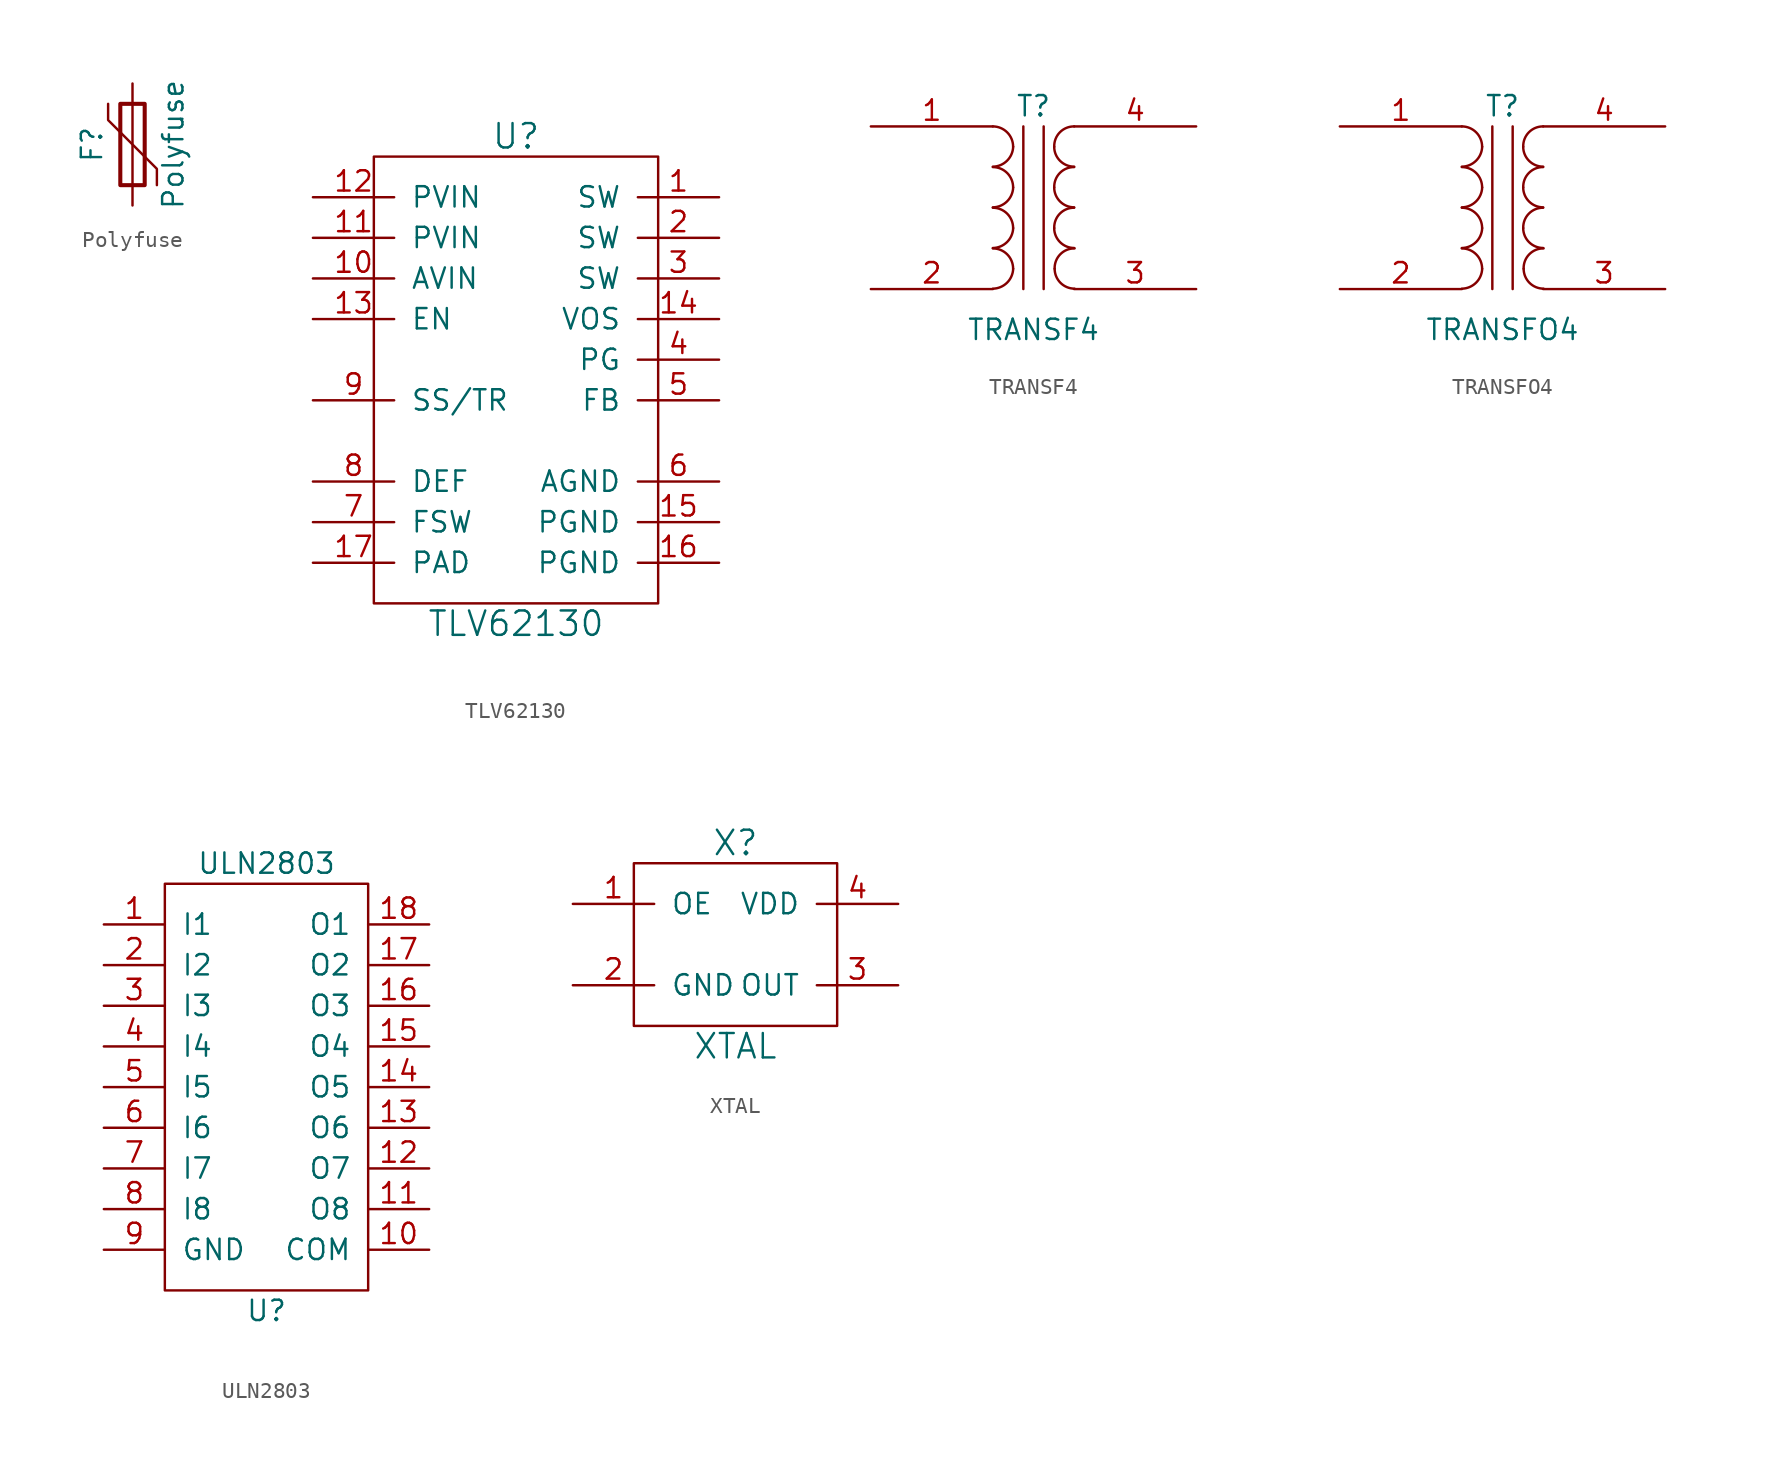
<source format=kicad_sym>
(kicad_symbol_lib
  (version 20220914)
  (generator kicad_symbol_editor)
  (symbol "Polyfuse"
    (pin_numbers hide)
    (pin_names
      (offset 0))
    (property "Reference" "F"
      (at -2.54 0 90)
      (effects (font (size 1.27 1.27))))
    (property "Value" "Polyfuse"
      (at 2.54 0 90)
      (effects (font (size 1.27 1.27))))
    (symbol "Polyfuse_0_1"
      (rectangle (start -0.762 2.54) (end 0.762 -2.54) (stroke (width 0.254) (type solid)) (fill (type none)))
      (polyline (pts (xy 0 2.54) (xy 0 -2.54)) (stroke (width 0) (type solid)) (fill (type none)))
      (polyline (pts (xy -1.524 2.54) (xy -1.524 1.524) (xy 1.524 -1.524) (xy 1.524 -2.54)) (stroke (width 0) (type solid)) (fill (type none))))
    (symbol "Polyfuse_1_1"
      (pin passive line (at 0 3.81 270) (length 1.27) (name "~" (effects (font (size 1.27 1.27)))) (number "1" (effects (font (size 1.27 1.27)))))
      (pin passive line (at 0 -3.81 90) (length 1.27) (name "~" (effects (font (size 1.27 1.27)))) (number "2" (effects (font (size 1.27 1.27)))))))
  (symbol "TLV62130"
    (pin_names
      (offset 1.016))
    (property "Reference" "U"
      (at 12.7 26.67 0)
      (effects (font (size 1.524 1.524))))
    (property "Value" "TLV62130"
      (at 12.7 -3.81 0)
      (effects (font (size 1.524 1.524))))
    (property "Footprint" ""
      (at 0 0 0)
      (effects (font (size 1.524 1.524))))
    (property "Datasheet" ""
      (at 0 0 0)
      (effects (font (size 1.524 1.524))))
    (symbol "TLV62130_0_1"
      (rectangle (start 3.81 25.4) (end 21.59 -2.54) (stroke (width 0) (type solid)) (fill (type none))))
    (symbol "TLV62130_1_1"
      (pin power_out line (at 25.4 22.86 180) (length 5.08) (name "SW" (effects (font (size 1.27 1.27)))) (number "1" (effects (font (size 1.27 1.27)))))
      (pin power_in line (at 0 17.78 0) (length 5.08) (name "AVIN" (effects (font (size 1.27 1.27)))) (number "10" (effects (font (size 1.27 1.27)))))
      (pin power_in line (at 0 20.32 0) (length 5.08) (name "PVIN" (effects (font (size 1.27 1.27)))) (number "11" (effects (font (size 1.27 1.27)))))
      (pin power_in line (at 0 22.86 0) (length 5.08) (name "PVIN" (effects (font (size 1.27 1.27)))) (number "12" (effects (font (size 1.27 1.27)))))
      (pin input line (at 0 15.24 0) (length 5.08) (name "EN" (effects (font (size 1.27 1.27)))) (number "13" (effects (font (size 1.27 1.27)))))
      (pin input line (at 25.4 15.24 180) (length 5.08) (name "VOS" (effects (font (size 1.27 1.27)))) (number "14" (effects (font (size 1.27 1.27)))))
      (pin power_out line (at 25.4 2.54 180) (length 5.08) (name "PGND" (effects (font (size 1.27 1.27)))) (number "15" (effects (font (size 1.27 1.27)))))
      (pin power_out line (at 25.4 0 180) (length 5.08) (name "PGND" (effects (font (size 1.27 1.27)))) (number "16" (effects (font (size 1.27 1.27)))))
      (pin power_in line (at 0 0 0) (length 5.08) (name "PAD" (effects (font (size 1.27 1.27)))) (number "17" (effects (font (size 1.27 1.27)))))
      (pin power_out line (at 25.4 20.32 180) (length 5.08) (name "SW" (effects (font (size 1.27 1.27)))) (number "2" (effects (font (size 1.27 1.27)))))
      (pin power_out line (at 25.4 17.78 180) (length 5.08) (name "SW" (effects (font (size 1.27 1.27)))) (number "3" (effects (font (size 1.27 1.27)))))
      (pin output line (at 25.4 12.7 180) (length 5.08) (name "PG" (effects (font (size 1.27 1.27)))) (number "4" (effects (font (size 1.27 1.27)))))
      (pin input line (at 25.4 10.16 180) (length 5.08) (name "FB" (effects (font (size 1.27 1.27)))) (number "5" (effects (font (size 1.27 1.27)))))
      (pin power_in line (at 25.4 5.08 180) (length 5.08) (name "AGND" (effects (font (size 1.27 1.27)))) (number "6" (effects (font (size 1.27 1.27)))))
      (pin power_in line (at 0 2.54 0) (length 5.08) (name "FSW" (effects (font (size 1.27 1.27)))) (number "7" (effects (font (size 1.27 1.27)))))
      (pin input line (at 0 5.08 0) (length 5.08) (name "DEF" (effects (font (size 1.27 1.27)))) (number "8" (effects (font (size 1.27 1.27)))))
      (pin input line (at 0 10.16 0) (length 5.08) (name "SS/TR" (effects (font (size 1.27 1.27)))) (number "9" (effects (font (size 1.27 1.27)))))))
  (symbol "TRANSF4"
    (pin_names
      (offset 1.016) hide)
    (property "Reference" "T"
      (at 0 6.35 0)
      (effects (font (size 1.27 1.27))))
    (property "Value" "TRANSF4"
      (at 0 -7.62 0)
      (effects (font (size 1.27 1.27))))
    (property "Footprint" ""
      (at 0 0 0)
      (effects (font (size 1.27 1.27))))
    (property "Datasheet" ""
      (at 0 0 0)
      (effects (font (size 1.27 1.27))))
    (symbol "TRANSF4_0_1"
      (arc (start -2.54 -5.0546) (mid -1.6599 -4.6901) (end -1.27 -3.81) (stroke (width 0) (type solid)) (fill (type none)))
      (arc (start -2.54 -2.5146) (mid -1.6599 -2.1501) (end -1.27 -1.27) (stroke (width 0) (type solid)) (fill (type none)))
      (arc (start -2.54 0.0254) (mid -1.6599 0.3899) (end -1.27 1.27) (stroke (width 0) (type solid)) (fill (type none)))
      (arc (start -2.54 2.5654) (mid -1.6599 2.9299) (end -1.27 3.81) (stroke (width 0) (type solid)) (fill (type none)))
      (arc (start -1.27 -3.81) (mid -1.642 -2.912) (end -2.54 -2.54) (stroke (width 0) (type solid)) (fill (type none)))
      (arc (start -1.27 -1.27) (mid -1.642 -0.372) (end -2.54 0) (stroke (width 0) (type solid)) (fill (type none)))
      (arc (start -1.27 1.27) (mid -1.642 2.168) (end -2.54 2.54) (stroke (width 0) (type solid)) (fill (type none)))
      (arc (start -1.27 3.81) (mid -1.642 4.708) (end -2.54 5.08) (stroke (width 0) (type solid)) (fill (type none)))
      (polyline (pts (xy -0.635 5.08) (xy -0.635 -5.08)) (stroke (width 0) (type solid)) (fill (type none)))
      (polyline (pts (xy 0.635 -5.08) (xy 0.635 5.08)) (stroke (width 0) (type solid)) (fill (type none)))
      (arc (start 1.2954 -1.27) (mid 1.6599 -2.1501) (end 2.54 -2.5146) (stroke (width 0) (type solid)) (fill (type none)))
      (arc (start 1.2954 1.27) (mid 1.6599 0.3899) (end 2.54 0.0254) (stroke (width 0) (type solid)) (fill (type none)))
      (arc (start 1.2954 3.81) (mid 1.6599 2.9299) (end 2.54 2.5654) (stroke (width 0) (type solid)) (fill (type none)))
      (arc (start 1.3208 -3.81) (mid 1.6853 -4.6901) (end 2.5654 -5.0546) (stroke (width 0) (type solid)) (fill (type none)))
      (arc (start 2.54 0) (mid 1.642 -0.372) (end 1.2954 -1.27) (stroke (width 0) (type solid)) (fill (type none)))
      (arc (start 2.54 2.54) (mid 1.642 2.168) (end 1.2954 1.27) (stroke (width 0) (type solid)) (fill (type none)))
      (arc (start 2.54 5.08) (mid 1.642 4.708) (end 1.2954 3.81) (stroke (width 0) (type solid)) (fill (type none)))
      (arc (start 2.5654 -2.54) (mid 1.6674 -2.912) (end 1.3208 -3.81) (stroke (width 0) (type solid)) (fill (type none))))
    (symbol "TRANSF4_1_1"
      (pin passive line (at -10.16 5.08 0) (length 7.62) (name "PR1" (effects (font (size 1.27 1.27)))) (number "1" (effects (font (size 1.27 1.27)))))
      (pin passive line (at -10.16 -5.08 0) (length 7.62) (name "PR2" (effects (font (size 1.27 1.27)))) (number "2" (effects (font (size 1.27 1.27)))))
      (pin passive line (at 10.16 -5.08 180) (length 7.62) (name "S1" (effects (font (size 1.27 1.27)))) (number "3" (effects (font (size 1.27 1.27)))))
      (pin passive line (at 10.16 5.08 180) (length 7.62) (name "S2" (effects (font (size 1.27 1.27)))) (number "4" (effects (font (size 1.27 1.27)))))))
  (symbol "TRANSFO4"
    (pin_names
      (offset 1.016) hide)
    (property "Reference" "T"
      (at 0 6.35 0)
      (effects (font (size 1.27 1.27))))
    (property "Value" "TRANSFO4"
      (at 0 -7.62 0)
      (effects (font (size 1.27 1.27))))
    (property "Footprint" ""
      (at 0 0 0)
      (effects (font (size 1.27 1.27))))
    (property "Datasheet" ""
      (at 0 0 0)
      (effects (font (size 1.27 1.27))))
    (symbol "TRANSFO4_0_1"
      (arc (start -2.54 -5.0546) (mid -1.6599 -4.6901) (end -1.27 -3.81) (stroke (width 0) (type solid)) (fill (type none)))
      (arc (start -2.54 -2.5146) (mid -1.6599 -2.1501) (end -1.27 -1.27) (stroke (width 0) (type solid)) (fill (type none)))
      (arc (start -2.54 0.0254) (mid -1.6599 0.3899) (end -1.27 1.27) (stroke (width 0) (type solid)) (fill (type none)))
      (arc (start -2.54 2.5654) (mid -1.6599 2.9299) (end -1.27 3.81) (stroke (width 0) (type solid)) (fill (type none)))
      (arc (start -1.27 -3.81) (mid -1.642 -2.912) (end -2.54 -2.54) (stroke (width 0) (type solid)) (fill (type none)))
      (arc (start -1.27 -1.27) (mid -1.642 -0.372) (end -2.54 0) (stroke (width 0) (type solid)) (fill (type none)))
      (arc (start -1.27 1.27) (mid -1.642 2.168) (end -2.54 2.54) (stroke (width 0) (type solid)) (fill (type none)))
      (arc (start -1.27 3.81) (mid -1.642 4.708) (end -2.54 5.08) (stroke (width 0) (type solid)) (fill (type none)))
      (polyline (pts (xy -0.635 5.08) (xy -0.635 -5.08)) (stroke (width 0) (type solid)) (fill (type none)))
      (polyline (pts (xy 0.635 -5.08) (xy 0.635 5.08)) (stroke (width 0) (type solid)) (fill (type none)))
      (arc (start 1.2954 -1.27) (mid 1.6599 -2.1501) (end 2.54 -2.5146) (stroke (width 0) (type solid)) (fill (type none)))
      (arc (start 1.2954 1.27) (mid 1.6599 0.3899) (end 2.54 0.0254) (stroke (width 0) (type solid)) (fill (type none)))
      (arc (start 1.2954 3.81) (mid 1.6599 2.9299) (end 2.54 2.5654) (stroke (width 0) (type solid)) (fill (type none)))
      (arc (start 1.3208 -3.81) (mid 1.6853 -4.6901) (end 2.5654 -5.0546) (stroke (width 0) (type solid)) (fill (type none)))
      (arc (start 2.54 0) (mid 1.642 -0.372) (end 1.2954 -1.27) (stroke (width 0) (type solid)) (fill (type none)))
      (arc (start 2.54 2.54) (mid 1.642 2.168) (end 1.2954 1.27) (stroke (width 0) (type solid)) (fill (type none)))
      (arc (start 2.54 5.08) (mid 1.642 4.708) (end 1.2954 3.81) (stroke (width 0) (type solid)) (fill (type none)))
      (arc (start 2.5654 -2.54) (mid 1.6674 -2.912) (end 1.3208 -3.81) (stroke (width 0) (type solid)) (fill (type none))))
    (symbol "TRANSFO4_1_1"
      (pin passive line (at -10.16 5.08 0) (length 7.62) (name "PR1" (effects (font (size 1.27 1.27)))) (number "1" (effects (font (size 1.27 1.27)))))
      (pin passive line (at -10.16 -5.08 0) (length 7.62) (name "PR2" (effects (font (size 1.27 1.27)))) (number "2" (effects (font (size 1.27 1.27)))))
      (pin passive line (at 10.16 -5.08 180) (length 7.62) (name "S1" (effects (font (size 1.27 1.27)))) (number "3" (effects (font (size 1.27 1.27)))))
      (pin passive line (at 10.16 5.08 180) (length 7.62) (name "S2" (effects (font (size 1.27 1.27)))) (number "4" (effects (font (size 1.27 1.27)))))))
  (symbol "ULN2803"
    (pin_names
      (offset 1.016))
    (property "Reference" "U"
      (at 0 -13.97 0)
      (effects (font (size 1.27 1.27))))
    (property "Value" "ULN2803"
      (at 0 13.97 0)
      (effects (font (size 1.27 1.27))))
    (symbol "ULN2803_1_0"
      (rectangle (start -6.35 -12.7) (end 6.35 12.7) (stroke (width 0) (type solid)) (fill (type none))))
    (symbol "ULN2803_1_1"
      (pin input line (at -10.16 10.16 0) (length 3.81) (name "I1" (effects (font (size 1.27 1.27)))) (number "1" (effects (font (size 1.27 1.27)))))
      (pin power_in line (at 10.16 -10.16 180) (length 3.81) (name "COM" (effects (font (size 1.27 1.27)))) (number "10" (effects (font (size 1.27 1.27)))))
      (pin output line (at 10.16 -7.62 180) (length 3.81) (name "O8" (effects (font (size 1.27 1.27)))) (number "11" (effects (font (size 1.27 1.27)))))
      (pin output line (at 10.16 -5.08 180) (length 3.81) (name "O7" (effects (font (size 1.27 1.27)))) (number "12" (effects (font (size 1.27 1.27)))))
      (pin output line (at 10.16 -2.54 180) (length 3.81) (name "O6" (effects (font (size 1.27 1.27)))) (number "13" (effects (font (size 1.27 1.27)))))
      (pin output line (at 10.16 0 180) (length 3.81) (name "O5" (effects (font (size 1.27 1.27)))) (number "14" (effects (font (size 1.27 1.27)))))
      (pin output line (at 10.16 2.54 180) (length 3.81) (name "O4" (effects (font (size 1.27 1.27)))) (number "15" (effects (font (size 1.27 1.27)))))
      (pin output line (at 10.16 5.08 180) (length 3.81) (name "O3" (effects (font (size 1.27 1.27)))) (number "16" (effects (font (size 1.27 1.27)))))
      (pin output line (at 10.16 7.62 180) (length 3.81) (name "O2" (effects (font (size 1.27 1.27)))) (number "17" (effects (font (size 1.27 1.27)))))
      (pin output line (at 10.16 10.16 180) (length 3.81) (name "O1" (effects (font (size 1.27 1.27)))) (number "18" (effects (font (size 1.27 1.27)))))
      (pin input line (at -10.16 7.62 0) (length 3.81) (name "I2" (effects (font (size 1.27 1.27)))) (number "2" (effects (font (size 1.27 1.27)))))
      (pin input line (at -10.16 5.08 0) (length 3.81) (name "I3" (effects (font (size 1.27 1.27)))) (number "3" (effects (font (size 1.27 1.27)))))
      (pin input line (at -10.16 2.54 0) (length 3.81) (name "I4" (effects (font (size 1.27 1.27)))) (number "4" (effects (font (size 1.27 1.27)))))
      (pin input line (at -10.16 0 0) (length 3.81) (name "I5" (effects (font (size 1.27 1.27)))) (number "5" (effects (font (size 1.27 1.27)))))
      (pin input line (at -10.16 -2.54 0) (length 3.81) (name "I6" (effects (font (size 1.27 1.27)))) (number "6" (effects (font (size 1.27 1.27)))))
      (pin input line (at -10.16 -5.08 0) (length 3.81) (name "I7" (effects (font (size 1.27 1.27)))) (number "7" (effects (font (size 1.27 1.27)))))
      (pin input line (at -10.16 -7.62 0) (length 3.81) (name "I8" (effects (font (size 1.27 1.27)))) (number "8" (effects (font (size 1.27 1.27)))))
      (pin power_in line (at -10.16 -10.16 0) (length 3.81) (name "GND" (effects (font (size 1.27 1.27)))) (number "9" (effects (font (size 1.27 1.27)))))))
  (symbol "XTAL"
    (pin_names
      (offset 1.016))
    (property "Reference" "X"
      (at 0 6.35 0)
      (effects (font (size 1.524 1.524))))
    (property "Value" "XTAL"
      (at 0 -6.35 0)
      (effects (font (size 1.524 1.524))))
    (property "Footprint" ""
      (at 0 0 0)
      (effects (font (size 1.524 1.524))))
    (property "Datasheet" ""
      (at 0 0 0)
      (effects (font (size 1.524 1.524))))
    (symbol "XTAL_0_1"
      (rectangle (start -6.35 5.08) (end 6.35 -5.08) (stroke (width 0) (type solid)) (fill (type none))))
    (symbol "XTAL_1_1"
      (pin input line (at -10.16 2.54 0) (length 5.08) (name "OE" (effects (font (size 1.27 1.27)))) (number "1" (effects (font (size 1.27 1.27)))))
      (pin power_in line (at -10.16 -2.54 0) (length 5.08) (name "GND" (effects (font (size 1.27 1.27)))) (number "2" (effects (font (size 1.27 1.27)))))
      (pin output line (at 10.16 -2.54 180) (length 5.08) (name "OUT" (effects (font (size 1.27 1.27)))) (number "3" (effects (font (size 1.27 1.27)))))
      (pin power_in line (at 10.16 2.54 180) (length 5.08) (name "VDD" (effects (font (size 1.27 1.27)))) (number "4" (effects (font (size 1.27 1.27))))))))
</source>
